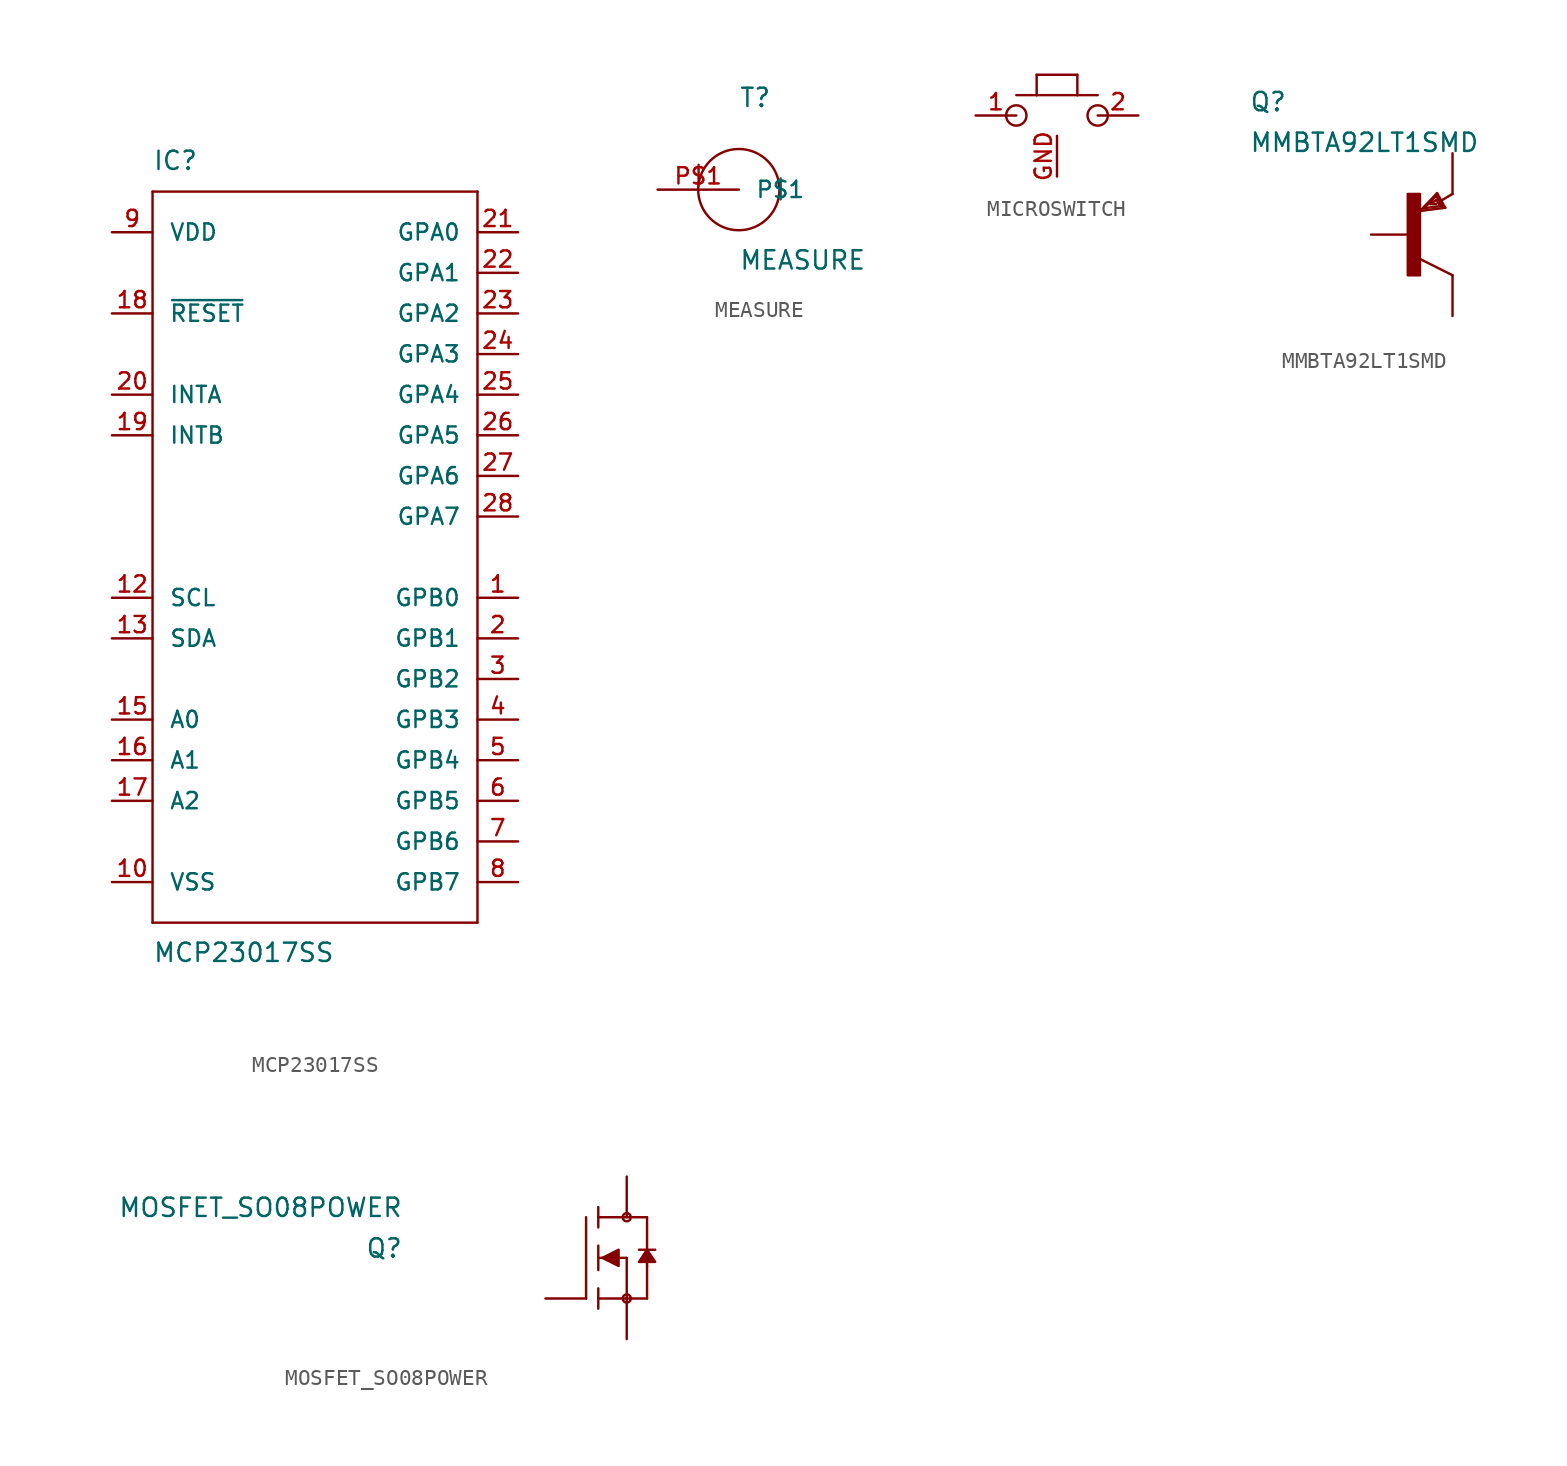
<source format=kicad_sym>
(kicad_symbol_lib
  (version 20241209)
  (generator "kicad_symbol_editor")
  (generator_version "9.0")
  (symbol "MCP23017SS"
    (pin_names
      (offset 1.016))
    (property "Reference" "IC"
      (at -10.16 24.13 0)
      (effects (font (size 1.143 1.143)) (justify left bottom)))
    (property "Value" "MCP23017SS"
      (at -10.16 -25.4 0)
      (effects (font (size 1.143 1.143)) (justify left bottom)))
    (property "ki_locked" ""
      (at 0 0 0)
      (effects (font (size 1.27 1.27))))
    (symbol "MCP23017SS_1_0"
      (polyline (pts (xy -10.16 22.86) (xy 10.16 22.86)) (stroke (width 0) (type solid)) (fill (type none)))
      (polyline (pts (xy -10.16 -22.86) (xy -10.16 22.86)) (stroke (width 0) (type solid)) (fill (type none)))
      (polyline (pts (xy 10.16 22.86) (xy 10.16 -22.86)) (stroke (width 0) (type solid)) (fill (type none)))
      (polyline (pts (xy 10.16 -22.86) (xy -10.16 -22.86)) (stroke (width 0) (type solid)) (fill (type none))))
    (symbol "MCP23017SS_1_1"
      (pin power_in line (at -12.7 20.32 0) (length 2.54) (name "VDD" (effects (font (size 1.016 1.016)))) (number "9" (effects (font (size 1.016 1.016)))))
      (pin input line (at -12.7 15.24 0) (length 2.54) (name "~{RESET}" (effects (font (size 1.016 1.016)))) (number "18" (effects (font (size 1.016 1.016)))))
      (pin output line (at -12.7 10.16 0) (length 2.54) (name "INTA" (effects (font (size 1.016 1.016)))) (number "20" (effects (font (size 1.016 1.016)))))
      (pin output line (at -12.7 7.62 0) (length 2.54) (name "INTB" (effects (font (size 1.016 1.016)))) (number "19" (effects (font (size 1.016 1.016)))))
      (pin input line (at -12.7 -2.54 0) (length 2.54) (name "SCL" (effects (font (size 1.016 1.016)))) (number "12" (effects (font (size 1.016 1.016)))))
      (pin bidirectional line (at -12.7 -5.08 0) (length 2.54) (name "SDA" (effects (font (size 1.016 1.016)))) (number "13" (effects (font (size 1.016 1.016)))))
      (pin input line (at -12.7 -10.16 0) (length 2.54) (name "A0" (effects (font (size 1.016 1.016)))) (number "15" (effects (font (size 1.016 1.016)))))
      (pin input line (at -12.7 -12.7 0) (length 2.54) (name "A1" (effects (font (size 1.016 1.016)))) (number "16" (effects (font (size 1.016 1.016)))))
      (pin input line (at -12.7 -15.24 0) (length 2.54) (name "A2" (effects (font (size 1.016 1.016)))) (number "17" (effects (font (size 1.016 1.016)))))
      (pin power_in line (at -12.7 -20.32 0) (length 2.54) (name "VSS" (effects (font (size 1.016 1.016)))) (number "10" (effects (font (size 1.016 1.016)))))
      (pin bidirectional line (at 12.7 20.32 180) (length 2.54) (name "GPA0" (effects (font (size 1.016 1.016)))) (number "21" (effects (font (size 1.016 1.016)))))
      (pin bidirectional line (at 12.7 17.78 180) (length 2.54) (name "GPA1" (effects (font (size 1.016 1.016)))) (number "22" (effects (font (size 1.016 1.016)))))
      (pin bidirectional line (at 12.7 15.24 180) (length 2.54) (name "GPA2" (effects (font (size 1.016 1.016)))) (number "23" (effects (font (size 1.016 1.016)))))
      (pin bidirectional line (at 12.7 12.7 180) (length 2.54) (name "GPA3" (effects (font (size 1.016 1.016)))) (number "24" (effects (font (size 1.016 1.016)))))
      (pin bidirectional line (at 12.7 10.16 180) (length 2.54) (name "GPA4" (effects (font (size 1.016 1.016)))) (number "25" (effects (font (size 1.016 1.016)))))
      (pin bidirectional line (at 12.7 7.62 180) (length 2.54) (name "GPA5" (effects (font (size 1.016 1.016)))) (number "26" (effects (font (size 1.016 1.016)))))
      (pin bidirectional line (at 12.7 5.08 180) (length 2.54) (name "GPA6" (effects (font (size 1.016 1.016)))) (number "27" (effects (font (size 1.016 1.016)))))
      (pin bidirectional line (at 12.7 2.54 180) (length 2.54) (name "GPA7" (effects (font (size 1.016 1.016)))) (number "28" (effects (font (size 1.016 1.016)))))
      (pin bidirectional line (at 12.7 -2.54 180) (length 2.54) (name "GPB0" (effects (font (size 1.016 1.016)))) (number "1" (effects (font (size 1.016 1.016)))))
      (pin bidirectional line (at 12.7 -5.08 180) (length 2.54) (name "GPB1" (effects (font (size 1.016 1.016)))) (number "2" (effects (font (size 1.016 1.016)))))
      (pin bidirectional line (at 12.7 -7.62 180) (length 2.54) (name "GPB2" (effects (font (size 1.016 1.016)))) (number "3" (effects (font (size 1.016 1.016)))))
      (pin bidirectional line (at 12.7 -10.16 180) (length 2.54) (name "GPB3" (effects (font (size 1.016 1.016)))) (number "4" (effects (font (size 1.016 1.016)))))
      (pin bidirectional line (at 12.7 -12.7 180) (length 2.54) (name "GPB4" (effects (font (size 1.016 1.016)))) (number "5" (effects (font (size 1.016 1.016)))))
      (pin bidirectional line (at 12.7 -15.24 180) (length 2.54) (name "GPB5" (effects (font (size 1.016 1.016)))) (number "6" (effects (font (size 1.016 1.016)))))
      (pin bidirectional line (at 12.7 -17.78 180) (length 2.54) (name "GPB6" (effects (font (size 1.016 1.016)))) (number "7" (effects (font (size 1.016 1.016)))))
      (pin bidirectional line (at 12.7 -20.32 180) (length 2.54) (name "GPB7" (effects (font (size 1.016 1.016)))) (number "8" (effects (font (size 1.016 1.016)))))))
  (symbol "MEASURE"
    (pin_names
      (offset 1.016))
    (property "Reference" "T"
      (at 0 5.08 0)
      (effects (font (size 1.143 1.143)) (justify left bottom)))
    (property "Value" "MEASURE"
      (at 0 -5.08 0)
      (effects (font (size 1.143 1.143)) (justify left bottom)))
    (property "ki_locked" ""
      (at 0 0 0)
      (effects (font (size 1.27 1.27))))
    (symbol "MEASURE_1_1"
      (circle (center 0 0) (radius 2.54) (stroke (width 0) (type solid)) (fill (type none)))
      (pin passive line (at -5.08 0 0) (length 5.08) (name "P$1" (effects (font (size 1.016 1.016)))) (number "P$1" (effects (font (size 1.016 1.016)))))))
  (symbol "MICROSWITCH"
    (pin_names
      (offset 1.016)
      (hide yes))
    (property "Reference" "K"
      (at 0 0 0)
      (effects (font (size 1.143 1.143)) (hide yes)))
    (property "ki_locked" ""
      (at 0 0 0)
      (effects (font (size 1.27 1.27))))
    (symbol "MICROSWITCH_1_0"
      (polyline (pts (xy -2.54 1.27) (xy -1.27 1.27)) (stroke (width 0) (type solid)) (fill (type none)))
      (polyline (pts (xy -1.27 2.54) (xy -1.27 1.27)) (stroke (width 0) (type solid)) (fill (type none)))
      (polyline (pts (xy -1.27 1.27) (xy 1.27 1.27)) (stroke (width 0) (type solid)) (fill (type none)))
      (polyline (pts (xy 1.27 2.54) (xy -1.27 2.54)) (stroke (width 0) (type solid)) (fill (type none)))
      (polyline (pts (xy 1.27 1.27) (xy 1.27 2.54)) (stroke (width 0) (type solid)) (fill (type none)))
      (polyline (pts (xy 2.54 1.27) (xy 1.27 1.27)) (stroke (width 0) (type solid)) (fill (type none))))
    (symbol "MICROSWITCH_1_1"
      (circle (center -2.54 0) (radius 0.635) (stroke (width 0) (type solid)) (fill (type none)))
      (circle (center 2.54 0) (radius 0.635) (stroke (width 0) (type solid)) (fill (type none)))
      (pin passive line (at -5.08 0 0) (length 2.54) (name "1" (effects (font (size 1.016 1.016)))) (number "1" (effects (font (size 1.016 1.016)))))
      (pin power_in line (at 0 -3.81 90) (length 2.54) (name "GND" (effects (font (size 1.016 1.016)))) (number "GND" (effects (font (size 1.016 1.016)))))
      (pin passive line (at 5.08 0 180) (length 2.54) (name "2" (effects (font (size 1.016 1.016)))) (number "2" (effects (font (size 1.016 1.016)))))))
  (symbol "MMBTA92LT1SMD"
    (pin_numbers
      (hide yes))
    (pin_names
      (offset 1.016)
      (hide yes))
    (property "Reference" "Q"
      (at -10.16 7.62 0)
      (effects (font (size 1.143 1.143)) (justify left bottom)))
    (property "Value" "MMBTA92LT1SMD"
      (at -10.16 5.08 0)
      (effects (font (size 1.143 1.143)) (justify left bottom)))
    (property "ki_locked" ""
      (at 0 0 0)
      (effects (font (size 1.27 1.27))))
    (symbol "MMBTA92LT1SMD_1_0"
      (polyline (pts (xy 0.508 1.473) (xy 2.083 1.676)) (stroke (width 0) (type solid)) (fill (type none)))
      (polyline (pts (xy 0.762 1.651) (xy 1.778 1.778)) (stroke (width 0) (type solid)) (fill (type none)))
      (polyline (pts (xy 1.143 1.905) (xy 1.524 1.905)) (stroke (width 0) (type solid)) (fill (type none)))
      (polyline (pts (xy 1.524 2.413) (xy 0.762 1.651)) (stroke (width 0) (type solid)) (fill (type none)))
      (polyline (pts (xy 1.524 2.159) (xy 1.143 1.905)) (stroke (width 0) (type solid)) (fill (type none)))
      (polyline (pts (xy 1.575 2.591) (xy 0.508 1.473)) (stroke (width 0) (type solid)) (fill (type none)))
      (polyline (pts (xy 1.778 1.778) (xy 1.524 2.159)) (stroke (width 0) (type solid)) (fill (type none)))
      (polyline (pts (xy 1.905 1.778) (xy 1.524 2.413)) (stroke (width 0) (type solid)) (fill (type none)))
      (polyline (pts (xy 2.083 1.676) (xy 1.575 2.591)) (stroke (width 0) (type solid)) (fill (type none)))
      (polyline (pts (xy 2.54 2.54) (xy 1.803 2.108)) (stroke (width 0) (type solid)) (fill (type none)))
      (polyline (pts (xy 2.54 -2.54) (xy 0.508 -1.524)) (stroke (width 0) (type solid)) (fill (type none))))
    (symbol "MMBTA92LT1SMD_1_1"
      (rectangle (start -0.254 -2.54) (end 0.508 2.54) (stroke (width 0) (type solid)) (fill (type outline)))
      (pin passive line (at -2.54 0 0) (length 2.54) (name "B" (effects (font (size 1.016 1.016)))) (number "B" (effects (font (size 1.016 1.016)))))
      (pin passive line (at 2.54 5.08 270) (length 2.54) (name "E" (effects (font (size 1.016 1.016)))) (number "E" (effects (font (size 1.016 1.016)))))
      (pin passive line (at 2.54 -5.08 90) (length 2.54) (name "C" (effects (font (size 1.016 1.016)))) (number "C" (effects (font (size 1.016 1.016)))))))
  (symbol "MOSFET_SO08POWER"
    (pin_numbers
      (hide yes))
    (pin_names
      (offset 1.016)
      (hide yes))
    (property "Reference" "Q"
      (at -11.43 1.27 0)
      (effects (font (size 1.143 1.143)) (justify right top)))
    (property "Value" "MOSFET_SO08POWER"
      (at -11.43 3.81 0)
      (effects (font (size 1.143 1.143)) (justify right top)))
    (property "ki_locked" ""
      (at 0 0 0)
      (effects (font (size 1.27 1.27))))
    (symbol "MOSFET_SO08POWER_1_0"
      (polyline (pts (xy 0 2.54) (xy 0 -2.54)) (stroke (width 0) (type solid)) (fill (type none)))
      (polyline (pts (xy 0.762 3.175) (xy 0.762 2.54)) (stroke (width 0) (type solid)) (fill (type none)))
      (polyline (pts (xy 0.762 2.54) (xy 0.762 1.905)) (stroke (width 0) (type solid)) (fill (type none)))
      (polyline (pts (xy 0.762 2.54) (xy 3.81 2.54)) (stroke (width 0) (type solid)) (fill (type none)))
      (polyline (pts (xy 0.762 0.762) (xy 0.762 0)) (stroke (width 0) (type solid)) (fill (type none)))
      (polyline (pts (xy 0.762 0) (xy 0.762 -0.762)) (stroke (width 0) (type solid)) (fill (type none)))
      (polyline (pts (xy 0.762 0) (xy 2.54 0)) (stroke (width 0) (type solid)) (fill (type none)))
      (polyline (pts (xy 0.762 -1.905) (xy 0.762 -2.54)) (stroke (width 0) (type solid)) (fill (type none)))
      (polyline (pts (xy 0.762 -2.54) (xy 0.762 -3.175)) (stroke (width 0) (type solid)) (fill (type none)))
      (polyline (pts (xy 2.54 0) (xy 2.54 -2.54)) (stroke (width 0) (type solid)) (fill (type none)))
      (polyline (pts (xy 2.54 -2.54) (xy 0.762 -2.54)) (stroke (width 0) (type solid)) (fill (type none)))
      (polyline (pts (xy 2.54 -2.54) (xy 3.81 -2.54)) (stroke (width 0) (type solid)) (fill (type none)))
      (polyline (pts (xy 3.302 0.508) (xy 3.81 0.508)) (stroke (width 0) (type solid)) (fill (type none)))
      (polyline (pts (xy 3.81 2.54) (xy 3.81 0.508)) (stroke (width 0) (type solid)) (fill (type none)))
      (polyline (pts (xy 3.81 0.508) (xy 3.81 -0.508)) (stroke (width 0) (type solid)) (fill (type none)))
      (polyline (pts (xy 3.81 0.508) (xy 4.318 0.508)) (stroke (width 0) (type solid)) (fill (type none)))
      (polyline (pts (xy 3.81 -0.508) (xy 3.81 -2.54)) (stroke (width 0) (type solid)) (fill (type none))))
    (symbol "MOSFET_SO08POWER_1_1"
      (polyline (pts (xy 1.016 0) (xy 2.032 0.508) (xy 2.032 0.508) (xy 2.032 -0.508) (xy 2.032 -0.508) (xy 1.016 0)) (stroke (width 0) (type solid)) (fill (type outline)))
      (circle (center 2.54 2.54) (radius 0.254) (stroke (width 0) (type solid)) (fill (type none)))
      (circle (center 2.54 -2.54) (radius 0.254) (stroke (width 0) (type solid)) (fill (type none)))
      (polyline (pts (xy 3.81 0.508) (xy 3.302 -0.254) (xy 3.302 -0.254) (xy 4.318 -0.254) (xy 4.318 -0.254) (xy 3.81 0.508)) (stroke (width 0) (type solid)) (fill (type outline)))
      (pin passive line (at -2.54 -2.54 0) (length 2.54) (name "G" (effects (font (size 1.016 1.016)))) (number "4" (effects (font (size 1.016 1.016)))))
      (pin passive line (at 2.54 5.08 270) (length 2.54) (name "D" (effects (font (size 1.016 1.016)))) (number "0" (effects (font (size 1.016 1.016)))))
      (pin passive line (at 2.54 5.08 270) (length 2.54) (hide yes) (name "D" (effects (font (size 1.016 1.016)))) (number "5" (effects (font (size 1.016 1.016)))))
      (pin passive line (at 2.54 5.08 270) (length 2.54) (hide yes) (name "D" (effects (font (size 1.016 1.016)))) (number "6" (effects (font (size 1.016 1.016)))))
      (pin passive line (at 2.54 5.08 270) (length 2.54) (hide yes) (name "D" (effects (font (size 1.016 1.016)))) (number "7" (effects (font (size 1.016 1.016)))))
      (pin passive line (at 2.54 5.08 270) (length 2.54) (hide yes) (name "D" (effects (font (size 1.016 1.016)))) (number "8" (effects (font (size 1.016 1.016)))))
      (pin passive line (at 2.54 -5.08 90) (length 2.54) (name "S" (effects (font (size 1.016 1.016)))) (number "1" (effects (font (size 1.016 1.016)))))
      (pin passive line (at 2.54 -5.08 90) (length 2.54) (hide yes) (name "S" (effects (font (size 1.016 1.016)))) (number "2" (effects (font (size 1.016 1.016)))))
      (pin passive line (at 2.54 -5.08 90) (length 2.54) (hide yes) (name "S" (effects (font (size 1.016 1.016)))) (number "3" (effects (font (size 1.016 1.016))))))))
</source>
